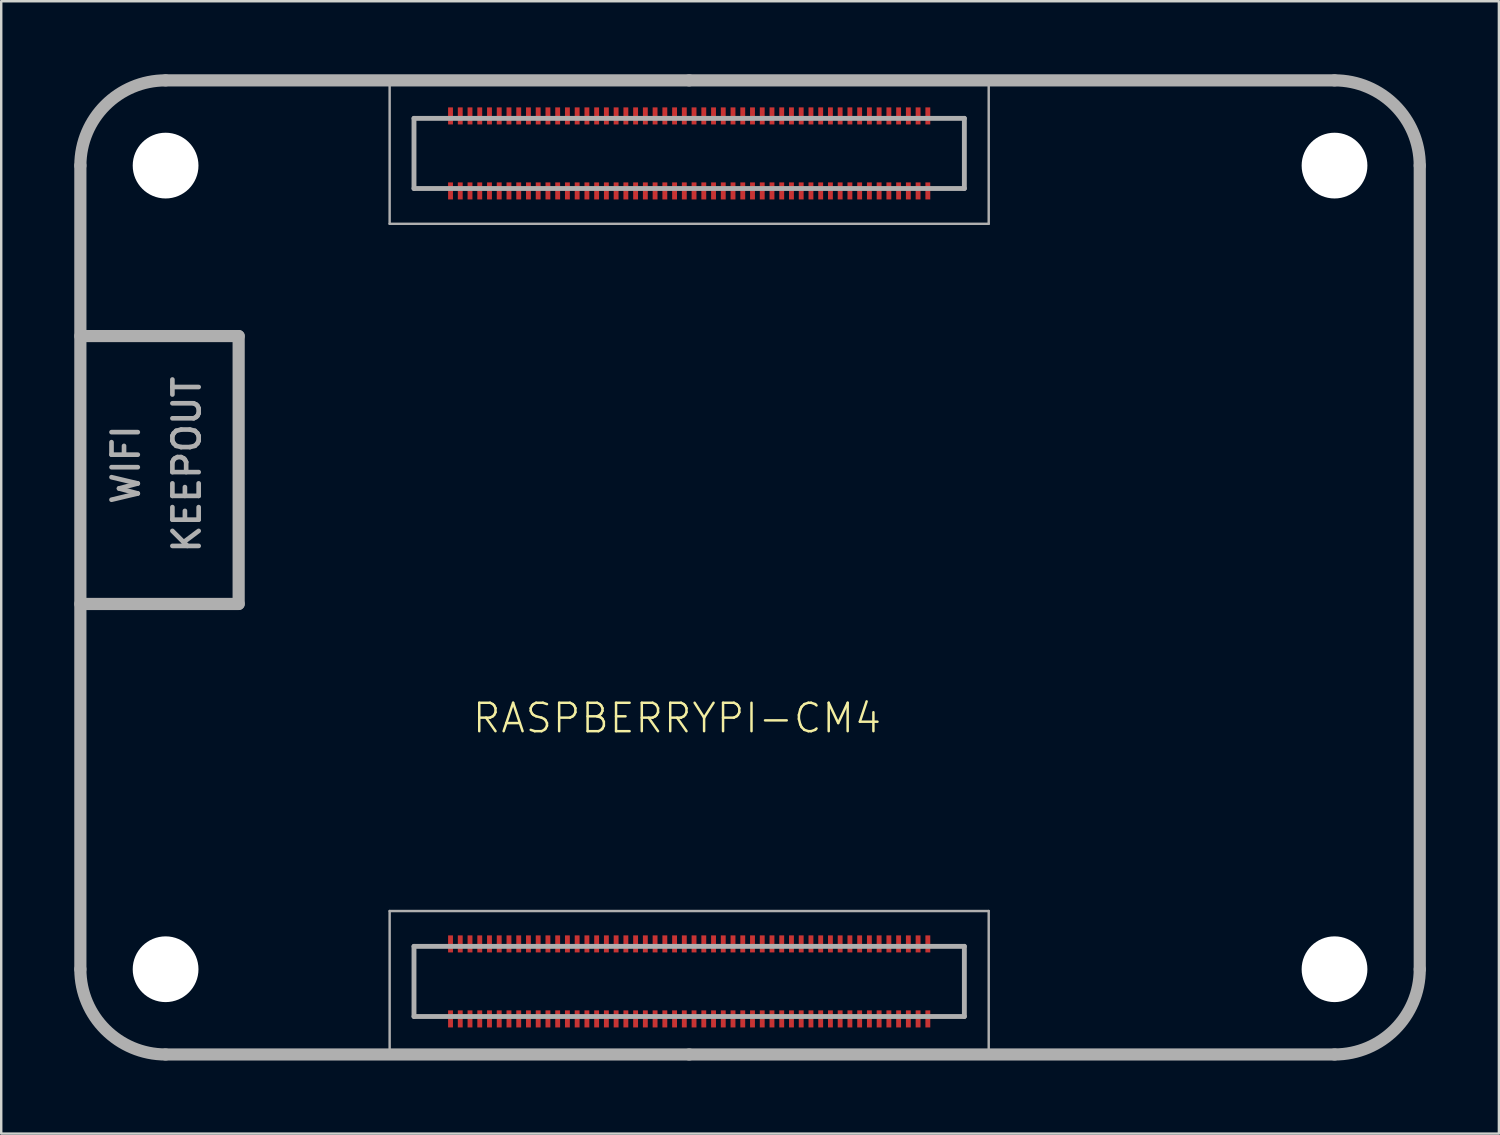
<source format=kicad_pcb>
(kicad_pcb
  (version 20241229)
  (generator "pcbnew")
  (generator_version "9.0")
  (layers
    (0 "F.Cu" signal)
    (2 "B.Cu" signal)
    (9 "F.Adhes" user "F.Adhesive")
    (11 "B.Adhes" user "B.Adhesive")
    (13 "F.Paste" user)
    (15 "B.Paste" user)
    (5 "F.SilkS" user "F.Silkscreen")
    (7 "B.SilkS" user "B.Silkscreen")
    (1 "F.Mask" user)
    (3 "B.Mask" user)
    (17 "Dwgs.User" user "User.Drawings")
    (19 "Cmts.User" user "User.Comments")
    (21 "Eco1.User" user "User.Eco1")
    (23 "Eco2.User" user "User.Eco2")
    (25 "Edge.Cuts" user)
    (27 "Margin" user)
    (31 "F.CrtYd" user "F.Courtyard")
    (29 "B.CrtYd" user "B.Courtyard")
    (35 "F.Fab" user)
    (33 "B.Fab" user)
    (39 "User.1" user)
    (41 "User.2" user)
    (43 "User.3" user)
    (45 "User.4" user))
  (footprint "RASPBERRYPI-CM4"
    (layer "F.Cu")
    (at 25.25 37.25)
    (property "Reference" "RASPBERRYPI-CM4" (at -0.5 -10.81 0) (layer "F.SilkS") (effects (font (size 1.168 1.168) (thickness 0.102))))
    (fp_line (start -25 -15.5) (end -18.5 -15.5) (stroke (width 0.5) (type solid)) (layer "F.Fab"))
    (fp_line (start -25 -0.5) (end -25 -33.5) (stroke (width 0.5) (type solid)) (layer "F.Fab"))
    (fp_line (start -21.5 -37) (end 0 -37) (stroke (width 0.5) (type solid)) (layer "F.Fab"))
    (fp_line (start -21.5 3) (end 0 3) (stroke (width 0.5) (type solid)) (layer "F.Fab"))
    (fp_line (start -18.5 -26.5) (end -25 -26.5) (stroke (width 0.5) (type solid)) (layer "F.Fab"))
    (fp_line (start -18.5 -15.5) (end -18.5 -26.5) (stroke (width 0.5) (type solid)) (layer "F.Fab"))
    (fp_line (start -12.3 -36.89) (end 12.3 -36.89) (stroke (width 0.1) (type solid)) (layer "F.Fab"))
    (fp_line (start -12.3 -31.11) (end -12.3 -36.89) (stroke (width 0.1) (type solid)) (layer "F.Fab"))
    (fp_line (start -12.3 -2.89) (end 12.3 -2.89) (stroke (width 0.1) (type solid)) (layer "F.Fab"))
    (fp_line (start -12.3 2.89) (end -12.3 -2.89) (stroke (width 0.1) (type solid)) (layer "F.Fab"))
    (fp_line (start -11.3 -35.44) (end -10.5 -35.44) (stroke (width 0.1) (type solid)) (layer "F.Fab"))
    (fp_line (start -11.3 -35.44) (end 11.3 -35.44) (stroke (width 0.2) (type solid)) (layer "F.Fab"))
    (fp_line (start -11.3 -32.56) (end -11.3 -35.44) (stroke (width 0.1) (type solid)) (layer "F.Fab"))
    (fp_line (start -11.3 -32.56) (end -11.3 -35.44) (stroke (width 0.2) (type solid)) (layer "F.Fab"))
    (fp_line (start -11.3 -1.44) (end -10.5 -1.44) (stroke (width 0.1) (type solid)) (layer "F.Fab"))
    (fp_line (start -11.3 -1.44) (end 11.3 -1.44) (stroke (width 0.2) (type solid)) (layer "F.Fab"))
    (fp_line (start -11.3 1.44) (end -11.3 -1.44) (stroke (width 0.1) (type solid)) (layer "F.Fab"))
    (fp_line (start -11.3 1.44) (end -11.3 -1.44) (stroke (width 0.2) (type solid)) (layer "F.Fab"))
    (fp_line (start -10.5 -32.56) (end -11.3 -32.56) (stroke (width 0.1) (type solid)) (layer "F.Fab"))
    (fp_line (start -10.5 1.44) (end -11.3 1.44) (stroke (width 0.1) (type solid)) (layer "F.Fab"))
    (fp_line (start 0 -37) (end 26.5 -37) (stroke (width 0.5) (type solid)) (layer "F.Fab"))
    (fp_line (start 0 3) (end 26.5 3) (stroke (width 0.5) (type solid)) (layer "F.Fab"))
    (fp_line (start 10.5 -32.56) (end 11.3 -32.56) (stroke (width 0.1) (type solid)) (layer "F.Fab"))
    (fp_line (start 10.5 1.44) (end 11.3 1.44) (stroke (width 0.1) (type solid)) (layer "F.Fab"))
    (fp_line (start 11.3 -35.44) (end 10.5 -35.44) (stroke (width 0.1) (type solid)) (layer "F.Fab"))
    (fp_line (start 11.3 -35.44) (end 11.3 -32.56) (stroke (width 0.2) (type solid)) (layer "F.Fab"))
    (fp_line (start 11.3 -32.56) (end -11.3 -32.56) (stroke (width 0.2) (type solid)) (layer "F.Fab"))
    (fp_line (start 11.3 -32.56) (end 11.3 -35.44) (stroke (width 0.1) (type solid)) (layer "F.Fab"))
    (fp_line (start 11.3 -1.44) (end 10.5 -1.44) (stroke (width 0.1) (type solid)) (layer "F.Fab"))
    (fp_line (start 11.3 -1.44) (end 11.3 1.44) (stroke (width 0.2) (type solid)) (layer "F.Fab"))
    (fp_line (start 11.3 1.44) (end -11.3 1.44) (stroke (width 0.2) (type solid)) (layer "F.Fab"))
    (fp_line (start 11.3 1.44) (end 11.3 -1.44) (stroke (width 0.1) (type solid)) (layer "F.Fab"))
    (fp_line (start 12.3 -36.89) (end 12.3 -31.11) (stroke (width 0.1) (type solid)) (layer "F.Fab"))
    (fp_line (start 12.3 -31.11) (end -12.3 -31.11) (stroke (width 0.1) (type solid)) (layer "F.Fab"))
    (fp_line (start 12.3 -2.89) (end 12.3 2.89) (stroke (width 0.1) (type solid)) (layer "F.Fab"))
    (fp_line (start 12.3 2.89) (end -12.3 2.89) (stroke (width 0.1) (type solid)) (layer "F.Fab"))
    (fp_line (start 30 -33.5) (end 30 -0.5) (stroke (width 0.5) (type solid)) (layer "F.Fab"))
    (fp_arc (start -25 -33.5) (mid -23.974874 -35.974874) (end -21.5 -37) (stroke (width 0.5) (type solid)) (layer "F.Fab"))
    (fp_arc (start -21.5 3) (mid -23.974874 1.974874) (end -25 -0.5) (stroke (width 0.5) (type solid)) (layer "F.Fab"))
    (fp_arc (start 26.5 -37) (mid 28.974874 -35.974874) (end 30 -33.5) (stroke (width 0.5) (type solid)) (layer "F.Fab"))
    (fp_arc (start 30 -0.5) (mid 28.974874 1.974874) (end 26.5 3) (stroke (width 0.5) (type solid)) (layer "F.Fab"))
    (fp_text user "KEEPOUT" (at -20 -17.5 90) (layer "F.Fab") (effects (font (size 1.079 1.079) (thickness 0.191)) (justify left bottom)))
    (fp_text user "WIFI" (at -22.5 -19.5 90) (layer "F.Fab") (effects (font (size 1.079 1.079) (thickness 0.191)) (justify left bottom)))
    (pad "" np_thru_hole circle (at -21.5 -33.5) (size 2.7 2.7) (drill 2.7) (layers "*.Cu" "*.Mask"))
    (pad "" np_thru_hole circle (at -21.5 -0.5) (size 2.7 2.7) (drill 2.7) (layers "*.Cu" "*.Mask"))
    (pad "" np_thru_hole circle (at 26.5 -33.5) (size 2.7 2.7) (drill 2.7) (layers "*.Cu" "*.Mask"))
    (pad "" np_thru_hole circle (at 26.5 -0.5) (size 2.7 2.7) (drill 2.7) (layers "*.Cu" "*.Mask"))
    (pad "1" smd rect (at 9.8 -35.54 270) (size 0.7 0.2) (layers "F.Cu" "F.Mask" "F.Paste"))
    (pad "2" smd rect (at 9.8 -32.46 270) (size 0.7 0.2) (layers "F.Cu" "F.Mask" "F.Paste"))
    (pad "3" smd rect (at 9.4 -35.54 270) (size 0.7 0.2) (layers "F.Cu" "F.Mask" "F.Paste"))
    (pad "4" smd rect (at 9.4 -32.46 270) (size 0.7 0.2) (layers "F.Cu" "F.Mask" "F.Paste"))
    (pad "5" smd rect (at 9 -35.54 270) (size 0.7 0.2) (layers "F.Cu" "F.Mask" "F.Paste"))
    (pad "6" smd rect (at 9 -32.46 270) (size 0.7 0.2) (layers "F.Cu" "F.Mask" "F.Paste"))
    (pad "7" smd rect (at 8.6 -35.54 270) (size 0.7 0.2) (layers "F.Cu" "F.Mask" "F.Paste"))
    (pad "8" smd rect (at 8.6 -32.46 270) (size 0.7 0.2) (layers "F.Cu" "F.Mask" "F.Paste"))
    (pad "9" smd rect (at 8.2 -35.54 270) (size 0.7 0.2) (layers "F.Cu" "F.Mask" "F.Paste"))
    (pad "10" smd rect (at 8.2 -32.46 270) (size 0.7 0.2) (layers "F.Cu" "F.Mask" "F.Paste"))
    (pad "11" smd rect (at 7.8 -35.54 270) (size 0.7 0.2) (layers "F.Cu" "F.Mask" "F.Paste"))
    (pad "12" smd rect (at 7.8 -32.46 270) (size 0.7 0.2) (layers "F.Cu" "F.Mask" "F.Paste"))
    (pad "13" smd rect (at 7.4 -35.54 270) (size 0.7 0.2) (layers "F.Cu" "F.Mask" "F.Paste"))
    (pad "14" smd rect (at 7.4 -32.46 270) (size 0.7 0.2) (layers "F.Cu" "F.Mask" "F.Paste"))
    (pad "15" smd rect (at 7 -35.54 270) (size 0.7 0.2) (layers "F.Cu" "F.Mask" "F.Paste"))
    (pad "16" smd rect (at 7 -32.46 270) (size 0.7 0.2) (layers "F.Cu" "F.Mask" "F.Paste"))
    (pad "17" smd rect (at 6.6 -35.54 270) (size 0.7 0.2) (layers "F.Cu" "F.Mask" "F.Paste"))
    (pad "18" smd rect (at 6.6 -32.46 270) (size 0.7 0.2) (layers "F.Cu" "F.Mask" "F.Paste"))
    (pad "19" smd rect (at 6.2 -35.54 270) (size 0.7 0.2) (layers "F.Cu" "F.Mask" "F.Paste"))
    (pad "20" smd rect (at 6.2 -32.46 270) (size 0.7 0.2) (layers "F.Cu" "F.Mask" "F.Paste"))
    (pad "21" smd rect (at 5.8 -35.54 270) (size 0.7 0.2) (layers "F.Cu" "F.Mask" "F.Paste"))
    (pad "22" smd rect (at 5.8 -32.46 270) (size 0.7 0.2) (layers "F.Cu" "F.Mask" "F.Paste"))
    (pad "23" smd rect (at 5.4 -35.54 270) (size 0.7 0.2) (layers "F.Cu" "F.Mask" "F.Paste"))
    (pad "24" smd rect (at 5.4 -32.46 270) (size 0.7 0.2) (layers "F.Cu" "F.Mask" "F.Paste"))
    (pad "25" smd rect (at 5 -35.54 270) (size 0.7 0.2) (layers "F.Cu" "F.Mask" "F.Paste"))
    (pad "26" smd rect (at 5 -32.46 270) (size 0.7 0.2) (layers "F.Cu" "F.Mask" "F.Paste"))
    (pad "27" smd rect (at 4.6 -35.54 270) (size 0.7 0.2) (layers "F.Cu" "F.Mask" "F.Paste"))
    (pad "28" smd rect (at 4.6 -32.46 270) (size 0.7 0.2) (layers "F.Cu" "F.Mask" "F.Paste"))
    (pad "29" smd rect (at 4.2 -35.54 270) (size 0.7 0.2) (layers "F.Cu" "F.Mask" "F.Paste"))
    (pad "30" smd rect (at 4.2 -32.46 270) (size 0.7 0.2) (layers "F.Cu" "F.Mask" "F.Paste"))
    (pad "31" smd rect (at 3.8 -35.54 270) (size 0.7 0.2) (layers "F.Cu" "F.Mask" "F.Paste"))
    (pad "32" smd rect (at 3.8 -32.46 270) (size 0.7 0.2) (layers "F.Cu" "F.Mask" "F.Paste"))
    (pad "33" smd rect (at 3.4 -35.54 270) (size 0.7 0.2) (layers "F.Cu" "F.Mask" "F.Paste"))
    (pad "34" smd rect (at 3.4 -32.46 270) (size 0.7 0.2) (layers "F.Cu" "F.Mask" "F.Paste"))
    (pad "35" smd rect (at 3 -35.54 270) (size 0.7 0.2) (layers "F.Cu" "F.Mask" "F.Paste"))
    (pad "36" smd rect (at 3 -32.46 270) (size 0.7 0.2) (layers "F.Cu" "F.Mask" "F.Paste"))
    (pad "37" smd rect (at 2.6 -35.54 270) (size 0.7 0.2) (layers "F.Cu" "F.Mask" "F.Paste"))
    (pad "38" smd rect (at 2.6 -32.46 270) (size 0.7 0.2) (layers "F.Cu" "F.Mask" "F.Paste"))
    (pad "39" smd rect (at 2.2 -35.54 270) (size 0.7 0.2) (layers "F.Cu" "F.Mask" "F.Paste"))
    (pad "40" smd rect (at 2.2 -32.46 270) (size 0.7 0.2) (layers "F.Cu" "F.Mask" "F.Paste"))
    (pad "41" smd rect (at 1.8 -35.54 270) (size 0.7 0.2) (layers "F.Cu" "F.Mask" "F.Paste"))
    (pad "42" smd rect (at 1.8 -32.46 270) (size 0.7 0.2) (layers "F.Cu" "F.Mask" "F.Paste"))
    (pad "43" smd rect (at 1.4 -35.54 270) (size 0.7 0.2) (layers "F.Cu" "F.Mask" "F.Paste"))
    (pad "44" smd rect (at 1.4 -32.46 270) (size 0.7 0.2) (layers "F.Cu" "F.Mask" "F.Paste"))
    (pad "45" smd rect (at 1 -35.54 270) (size 0.7 0.2) (layers "F.Cu" "F.Mask" "F.Paste"))
    (pad "46" smd rect (at 1 -32.46 270) (size 0.7 0.2) (layers "F.Cu" "F.Mask" "F.Paste"))
    (pad "47" smd rect (at 0.6 -35.54 270) (size 0.7 0.2) (layers "F.Cu" "F.Mask" "F.Paste"))
    (pad "48" smd rect (at 0.6 -32.46 270) (size 0.7 0.2) (layers "F.Cu" "F.Mask" "F.Paste"))
    (pad "49" smd rect (at 0.2 -35.54 270) (size 0.7 0.2) (layers "F.Cu" "F.Mask" "F.Paste"))
    (pad "50" smd rect (at 0.2 -32.46 270) (size 0.7 0.2) (layers "F.Cu" "F.Mask" "F.Paste"))
    (pad "51" smd rect (at -0.2 -35.54 270) (size 0.7 0.2) (layers "F.Cu" "F.Mask" "F.Paste"))
    (pad "52" smd rect (at -0.2 -32.46 270) (size 0.7 0.2) (layers "F.Cu" "F.Mask" "F.Paste"))
    (pad "53" smd rect (at -0.6 -35.54 270) (size 0.7 0.2) (layers "F.Cu" "F.Mask" "F.Paste"))
    (pad "54" smd rect (at -0.6 -32.46 270) (size 0.7 0.2) (layers "F.Cu" "F.Mask" "F.Paste"))
    (pad "55" smd rect (at -1 -35.54 270) (size 0.7 0.2) (layers "F.Cu" "F.Mask" "F.Paste"))
    (pad "56" smd rect (at -1 -32.46 270) (size 0.7 0.2) (layers "F.Cu" "F.Mask" "F.Paste"))
    (pad "57" smd rect (at -1.4 -35.54 270) (size 0.7 0.2) (layers "F.Cu" "F.Mask" "F.Paste"))
    (pad "58" smd rect (at -1.4 -32.46 270) (size 0.7 0.2) (layers "F.Cu" "F.Mask" "F.Paste"))
    (pad "59" smd rect (at -1.8 -35.54 270) (size 0.7 0.2) (layers "F.Cu" "F.Mask" "F.Paste"))
    (pad "60" smd rect (at -1.8 -32.46 270) (size 0.7 0.2) (layers "F.Cu" "F.Mask" "F.Paste"))
    (pad "61" smd rect (at -2.2 -35.54 270) (size 0.7 0.2) (layers "F.Cu" "F.Mask" "F.Paste"))
    (pad "62" smd rect (at -2.2 -32.46 270) (size 0.7 0.2) (layers "F.Cu" "F.Mask" "F.Paste"))
    (pad "63" smd rect (at -2.6 -35.54 270) (size 0.7 0.2) (layers "F.Cu" "F.Mask" "F.Paste"))
    (pad "64" smd rect (at -2.6 -32.46 270) (size 0.7 0.2) (layers "F.Cu" "F.Mask" "F.Paste"))
    (pad "65" smd rect (at -3 -35.54 270) (size 0.7 0.2) (layers "F.Cu" "F.Mask" "F.Paste"))
    (pad "66" smd rect (at -3 -32.46 270) (size 0.7 0.2) (layers "F.Cu" "F.Mask" "F.Paste"))
    (pad "67" smd rect (at -3.4 -35.54 270) (size 0.7 0.2) (layers "F.Cu" "F.Mask" "F.Paste"))
    (pad "68" smd rect (at -3.4 -32.46 270) (size 0.7 0.2) (layers "F.Cu" "F.Mask" "F.Paste"))
    (pad "69" smd rect (at -3.8 -35.54 270) (size 0.7 0.2) (layers "F.Cu" "F.Mask" "F.Paste"))
    (pad "70" smd rect (at -3.8 -32.46 270) (size 0.7 0.2) (layers "F.Cu" "F.Mask" "F.Paste"))
    (pad "71" smd rect (at -4.2 -35.54 270) (size 0.7 0.2) (layers "F.Cu" "F.Mask" "F.Paste"))
    (pad "72" smd rect (at -4.2 -32.46 270) (size 0.7 0.2) (layers "F.Cu" "F.Mask" "F.Paste"))
    (pad "73" smd rect (at -4.6 -35.54 270) (size 0.7 0.2) (layers "F.Cu" "F.Mask" "F.Paste"))
    (pad "74" smd rect (at -4.6 -32.46 270) (size 0.7 0.2) (layers "F.Cu" "F.Mask" "F.Paste"))
    (pad "75" smd rect (at -5 -35.54 270) (size 0.7 0.2) (layers "F.Cu" "F.Mask" "F.Paste"))
    (pad "76" smd rect (at -5 -32.46 270) (size 0.7 0.2) (layers "F.Cu" "F.Mask" "F.Paste"))
    (pad "77" smd rect (at -5.4 -35.54 270) (size 0.7 0.2) (layers "F.Cu" "F.Mask" "F.Paste"))
    (pad "78" smd rect (at -5.4 -32.46 270) (size 0.7 0.2) (layers "F.Cu" "F.Mask" "F.Paste"))
    (pad "79" smd rect (at -5.8 -35.54 270) (size 0.7 0.2) (layers "F.Cu" "F.Mask" "F.Paste"))
    (pad "80" smd rect (at -5.8 -32.46 270) (size 0.7 0.2) (layers "F.Cu" "F.Mask" "F.Paste"))
    (pad "81" smd rect (at -6.2 -35.54 270) (size 0.7 0.2) (layers "F.Cu" "F.Mask" "F.Paste"))
    (pad "82" smd rect (at -6.2 -32.46 270) (size 0.7 0.2) (layers "F.Cu" "F.Mask" "F.Paste"))
    (pad "83" smd rect (at -6.6 -35.54 270) (size 0.7 0.2) (layers "F.Cu" "F.Mask" "F.Paste"))
    (pad "84" smd rect (at -6.6 -32.46 270) (size 0.7 0.2) (layers "F.Cu" "F.Mask" "F.Paste"))
    (pad "85" smd rect (at -7 -35.54 270) (size 0.7 0.2) (layers "F.Cu" "F.Mask" "F.Paste"))
    (pad "86" smd rect (at -7 -32.46 270) (size 0.7 0.2) (layers "F.Cu" "F.Mask" "F.Paste"))
    (pad "87" smd rect (at -7.4 -35.54 270) (size 0.7 0.2) (layers "F.Cu" "F.Mask" "F.Paste"))
    (pad "88" smd rect (at -7.4 -32.46 270) (size 0.7 0.2) (layers "F.Cu" "F.Mask" "F.Paste"))
    (pad "89" smd rect (at -7.8 -35.54 270) (size 0.7 0.2) (layers "F.Cu" "F.Mask" "F.Paste"))
    (pad "90" smd rect (at -7.8 -32.46 270) (size 0.7 0.2) (layers "F.Cu" "F.Mask" "F.Paste"))
    (pad "91" smd rect (at -8.2 -35.54 270) (size 0.7 0.2) (layers "F.Cu" "F.Mask" "F.Paste"))
    (pad "92" smd rect (at -8.2 -32.46 270) (size 0.7 0.2) (layers "F.Cu" "F.Mask" "F.Paste"))
    (pad "93" smd rect (at -8.6 -35.54 270) (size 0.7 0.2) (layers "F.Cu" "F.Mask" "F.Paste"))
    (pad "94" smd rect (at -8.6 -32.46 270) (size 0.7 0.2) (layers "F.Cu" "F.Mask" "F.Paste"))
    (pad "95" smd rect (at -9 -35.54 270) (size 0.7 0.2) (layers "F.Cu" "F.Mask" "F.Paste"))
    (pad "96" smd rect (at -9 -32.46 270) (size 0.7 0.2) (layers "F.Cu" "F.Mask" "F.Paste"))
    (pad "97" smd rect (at -9.4 -35.54 270) (size 0.7 0.2) (layers "F.Cu" "F.Mask" "F.Paste"))
    (pad "98" smd rect (at -9.4 -32.46 270) (size 0.7 0.2) (layers "F.Cu" "F.Mask" "F.Paste"))
    (pad "99" smd rect (at -9.8 -35.54 270) (size 0.7 0.2) (layers "F.Cu" "F.Mask" "F.Paste"))
    (pad "100" smd rect (at -9.8 -32.46 270) (size 0.7 0.2) (layers "F.Cu" "F.Mask" "F.Paste"))
    (pad "101" smd rect (at 9.8 -1.54 270) (size 0.7 0.2) (layers "F.Cu" "F.Mask" "F.Paste"))
    (pad "102" smd rect (at 9.8 1.54 270) (size 0.7 0.2) (layers "F.Cu" "F.Mask" "F.Paste"))
    (pad "103" smd rect (at 9.4 -1.54 270) (size 0.7 0.2) (layers "F.Cu" "F.Mask" "F.Paste"))
    (pad "104" smd rect (at 9.4 1.54 270) (size 0.7 0.2) (layers "F.Cu" "F.Mask" "F.Paste"))
    (pad "105" smd rect (at 9 -1.54 270) (size 0.7 0.2) (layers "F.Cu" "F.Mask" "F.Paste"))
    (pad "106" smd rect (at 9 1.54 270) (size 0.7 0.2) (layers "F.Cu" "F.Mask" "F.Paste"))
    (pad "107" smd rect (at 8.6 -1.54 270) (size 0.7 0.2) (layers "F.Cu" "F.Mask" "F.Paste"))
    (pad "108" smd rect (at 8.6 1.54 270) (size 0.7 0.2) (layers "F.Cu" "F.Mask" "F.Paste"))
    (pad "109" smd rect (at 8.2 -1.54 270) (size 0.7 0.2) (layers "F.Cu" "F.Mask" "F.Paste"))
    (pad "110" smd rect (at 8.2 1.54 270) (size 0.7 0.2) (layers "F.Cu" "F.Mask" "F.Paste"))
    (pad "111" smd rect (at 7.8 -1.54 270) (size 0.7 0.2) (layers "F.Cu" "F.Mask" "F.Paste"))
    (pad "112" smd rect (at 7.8 1.54 270) (size 0.7 0.2) (layers "F.Cu" "F.Mask" "F.Paste"))
    (pad "113" smd rect (at 7.4 -1.54 270) (size 0.7 0.2) (layers "F.Cu" "F.Mask" "F.Paste"))
    (pad "114" smd rect (at 7.4 1.54 270) (size 0.7 0.2) (layers "F.Cu" "F.Mask" "F.Paste"))
    (pad "115" smd rect (at 7 -1.54 270) (size 0.7 0.2) (layers "F.Cu" "F.Mask" "F.Paste"))
    (pad "116" smd rect (at 7 1.54 270) (size 0.7 0.2) (layers "F.Cu" "F.Mask" "F.Paste"))
    (pad "117" smd rect (at 6.6 -1.54 270) (size 0.7 0.2) (layers "F.Cu" "F.Mask" "F.Paste"))
    (pad "118" smd rect (at 6.6 1.54 270) (size 0.7 0.2) (layers "F.Cu" "F.Mask" "F.Paste"))
    (pad "119" smd rect (at 6.2 -1.54 270) (size 0.7 0.2) (layers "F.Cu" "F.Mask" "F.Paste"))
    (pad "120" smd rect (at 6.2 1.54 270) (size 0.7 0.2) (layers "F.Cu" "F.Mask" "F.Paste"))
    (pad "121" smd rect (at 5.8 -1.54 270) (size 0.7 0.2) (layers "F.Cu" "F.Mask" "F.Paste"))
    (pad "122" smd rect (at 5.8 1.54 270) (size 0.7 0.2) (layers "F.Cu" "F.Mask" "F.Paste"))
    (pad "123" smd rect (at 5.4 -1.54 270) (size 0.7 0.2) (layers "F.Cu" "F.Mask" "F.Paste"))
    (pad "124" smd rect (at 5.4 1.54 270) (size 0.7 0.2) (layers "F.Cu" "F.Mask" "F.Paste"))
    (pad "125" smd rect (at 5 -1.54 270) (size 0.7 0.2) (layers "F.Cu" "F.Mask" "F.Paste"))
    (pad "126" smd rect (at 5 1.54 270) (size 0.7 0.2) (layers "F.Cu" "F.Mask" "F.Paste"))
    (pad "127" smd rect (at 4.6 -1.54 270) (size 0.7 0.2) (layers "F.Cu" "F.Mask" "F.Paste"))
    (pad "128" smd rect (at 4.6 1.54 270) (size 0.7 0.2) (layers "F.Cu" "F.Mask" "F.Paste"))
    (pad "129" smd rect (at 4.2 -1.54 270) (size 0.7 0.2) (layers "F.Cu" "F.Mask" "F.Paste"))
    (pad "130" smd rect (at 4.2 1.54 270) (size 0.7 0.2) (layers "F.Cu" "F.Mask" "F.Paste"))
    (pad "131" smd rect (at 3.8 -1.54 270) (size 0.7 0.2) (layers "F.Cu" "F.Mask" "F.Paste"))
    (pad "132" smd rect (at 3.8 1.54 270) (size 0.7 0.2) (layers "F.Cu" "F.Mask" "F.Paste"))
    (pad "133" smd rect (at 3.4 -1.54 270) (size 0.7 0.2) (layers "F.Cu" "F.Mask" "F.Paste"))
    (pad "134" smd rect (at 3.4 1.54 270) (size 0.7 0.2) (layers "F.Cu" "F.Mask" "F.Paste"))
    (pad "135" smd rect (at 3 -1.54 270) (size 0.7 0.2) (layers "F.Cu" "F.Mask" "F.Paste"))
    (pad "136" smd rect (at 3 1.54 270) (size 0.7 0.2) (layers "F.Cu" "F.Mask" "F.Paste"))
    (pad "137" smd rect (at 2.6 -1.54 270) (size 0.7 0.2) (layers "F.Cu" "F.Mask" "F.Paste"))
    (pad "138" smd rect (at 2.6 1.54 270) (size 0.7 0.2) (layers "F.Cu" "F.Mask" "F.Paste"))
    (pad "139" smd rect (at 2.2 -1.54 270) (size 0.7 0.2) (layers "F.Cu" "F.Mask" "F.Paste"))
    (pad "140" smd rect (at 2.2 1.54 270) (size 0.7 0.2) (layers "F.Cu" "F.Mask" "F.Paste"))
    (pad "141" smd rect (at 1.8 -1.54 270) (size 0.7 0.2) (layers "F.Cu" "F.Mask" "F.Paste"))
    (pad "142" smd rect (at 1.8 1.54 270) (size 0.7 0.2) (layers "F.Cu" "F.Mask" "F.Paste"))
    (pad "143" smd rect (at 1.4 -1.54 270) (size 0.7 0.2) (layers "F.Cu" "F.Mask" "F.Paste"))
    (pad "144" smd rect (at 1.4 1.54 270) (size 0.7 0.2) (layers "F.Cu" "F.Mask" "F.Paste"))
    (pad "145" smd rect (at 1 -1.54 270) (size 0.7 0.2) (layers "F.Cu" "F.Mask" "F.Paste"))
    (pad "146" smd rect (at 1 1.54 270) (size 0.7 0.2) (layers "F.Cu" "F.Mask" "F.Paste"))
    (pad "147" smd rect (at 0.6 -1.54 270) (size 0.7 0.2) (layers "F.Cu" "F.Mask" "F.Paste"))
    (pad "148" smd rect (at 0.6 1.54 270) (size 0.7 0.2) (layers "F.Cu" "F.Mask" "F.Paste"))
    (pad "149" smd rect (at 0.2 -1.54 270) (size 0.7 0.2) (layers "F.Cu" "F.Mask" "F.Paste"))
    (pad "150" smd rect (at 0.2 1.54 270) (size 0.7 0.2) (layers "F.Cu" "F.Mask" "F.Paste"))
    (pad "151" smd rect (at -0.2 -1.54 270) (size 0.7 0.2) (layers "F.Cu" "F.Mask" "F.Paste"))
    (pad "152" smd rect (at -0.2 1.54 270) (size 0.7 0.2) (layers "F.Cu" "F.Mask" "F.Paste"))
    (pad "153" smd rect (at -0.6 -1.54 270) (size 0.7 0.2) (layers "F.Cu" "F.Mask" "F.Paste"))
    (pad "154" smd rect (at -0.6 1.54 270) (size 0.7 0.2) (layers "F.Cu" "F.Mask" "F.Paste"))
    (pad "155" smd rect (at -1 -1.54 270) (size 0.7 0.2) (layers "F.Cu" "F.Mask" "F.Paste"))
    (pad "156" smd rect (at -1 1.54 270) (size 0.7 0.2) (layers "F.Cu" "F.Mask" "F.Paste"))
    (pad "157" smd rect (at -1.4 -1.54 270) (size 0.7 0.2) (layers "F.Cu" "F.Mask" "F.Paste"))
    (pad "158" smd rect (at -1.4 1.54 270) (size 0.7 0.2) (layers "F.Cu" "F.Mask" "F.Paste"))
    (pad "159" smd rect (at -1.8 -1.54 270) (size 0.7 0.2) (layers "F.Cu" "F.Mask" "F.Paste"))
    (pad "160" smd rect (at -1.8 1.54 270) (size 0.7 0.2) (layers "F.Cu" "F.Mask" "F.Paste"))
    (pad "161" smd rect (at -2.2 -1.54 270) (size 0.7 0.2) (layers "F.Cu" "F.Mask" "F.Paste"))
    (pad "162" smd rect (at -2.2 1.54 270) (size 0.7 0.2) (layers "F.Cu" "F.Mask" "F.Paste"))
    (pad "163" smd rect (at -2.6 -1.54 270) (size 0.7 0.2) (layers "F.Cu" "F.Mask" "F.Paste"))
    (pad "164" smd rect (at -2.6 1.54 270) (size 0.7 0.2) (layers "F.Cu" "F.Mask" "F.Paste"))
    (pad "165" smd rect (at -3 -1.54 270) (size 0.7 0.2) (layers "F.Cu" "F.Mask" "F.Paste"))
    (pad "166" smd rect (at -3 1.54 270) (size 0.7 0.2) (layers "F.Cu" "F.Mask" "F.Paste"))
    (pad "167" smd rect (at -3.4 -1.54 270) (size 0.7 0.2) (layers "F.Cu" "F.Mask" "F.Paste"))
    (pad "168" smd rect (at -3.4 1.54 270) (size 0.7 0.2) (layers "F.Cu" "F.Mask" "F.Paste"))
    (pad "169" smd rect (at -3.8 -1.54 270) (size 0.7 0.2) (layers "F.Cu" "F.Mask" "F.Paste"))
    (pad "170" smd rect (at -3.8 1.54 270) (size 0.7 0.2) (layers "F.Cu" "F.Mask" "F.Paste"))
    (pad "171" smd rect (at -4.2 -1.54 270) (size 0.7 0.2) (layers "F.Cu" "F.Mask" "F.Paste"))
    (pad "172" smd rect (at -4.2 1.54 270) (size 0.7 0.2) (layers "F.Cu" "F.Mask" "F.Paste"))
    (pad "173" smd rect (at -4.6 -1.54 270) (size 0.7 0.2) (layers "F.Cu" "F.Mask" "F.Paste"))
    (pad "174" smd rect (at -4.6 1.54 270) (size 0.7 0.2) (layers "F.Cu" "F.Mask" "F.Paste"))
    (pad "175" smd rect (at -5 -1.54 270) (size 0.7 0.2) (layers "F.Cu" "F.Mask" "F.Paste"))
    (pad "176" smd rect (at -5 1.54 270) (size 0.7 0.2) (layers "F.Cu" "F.Mask" "F.Paste"))
    (pad "177" smd rect (at -5.4 -1.54 270) (size 0.7 0.2) (layers "F.Cu" "F.Mask" "F.Paste"))
    (pad "178" smd rect (at -5.4 1.54 270) (size 0.7 0.2) (layers "F.Cu" "F.Mask" "F.Paste"))
    (pad "179" smd rect (at -5.8 -1.54 270) (size 0.7 0.2) (layers "F.Cu" "F.Mask" "F.Paste"))
    (pad "180" smd rect (at -5.8 1.54 270) (size 0.7 0.2) (layers "F.Cu" "F.Mask" "F.Paste"))
    (pad "181" smd rect (at -6.2 -1.54 270) (size 0.7 0.2) (layers "F.Cu" "F.Mask" "F.Paste"))
    (pad "182" smd rect (at -6.2 1.54 270) (size 0.7 0.2) (layers "F.Cu" "F.Mask" "F.Paste"))
    (pad "183" smd rect (at -6.6 -1.54 270) (size 0.7 0.2) (layers "F.Cu" "F.Mask" "F.Paste"))
    (pad "184" smd rect (at -6.6 1.54 270) (size 0.7 0.2) (layers "F.Cu" "F.Mask" "F.Paste"))
    (pad "185" smd rect (at -7 -1.54 270) (size 0.7 0.2) (layers "F.Cu" "F.Mask" "F.Paste"))
    (pad "186" smd rect (at -7 1.54 270) (size 0.7 0.2) (layers "F.Cu" "F.Mask" "F.Paste"))
    (pad "187" smd rect (at -7.4 -1.54 270) (size 0.7 0.2) (layers "F.Cu" "F.Mask" "F.Paste"))
    (pad "188" smd rect (at -7.4 1.54 270) (size 0.7 0.2) (layers "F.Cu" "F.Mask" "F.Paste"))
    (pad "189" smd rect (at -7.8 -1.54 270) (size 0.7 0.2) (layers "F.Cu" "F.Mask" "F.Paste"))
    (pad "190" smd rect (at -7.8 1.54 270) (size 0.7 0.2) (layers "F.Cu" "F.Mask" "F.Paste"))
    (pad "191" smd rect (at -8.2 -1.54 270) (size 0.7 0.2) (layers "F.Cu" "F.Mask" "F.Paste"))
    (pad "192" smd rect (at -8.2 1.54 270) (size 0.7 0.2) (layers "F.Cu" "F.Mask" "F.Paste"))
    (pad "193" smd rect (at -8.6 -1.54 270) (size 0.7 0.2) (layers "F.Cu" "F.Mask" "F.Paste"))
    (pad "194" smd rect (at -8.6 1.54 270) (size 0.7 0.2) (layers "F.Cu" "F.Mask" "F.Paste"))
    (pad "195" smd rect (at -9 -1.54 270) (size 0.7 0.2) (layers "F.Cu" "F.Mask" "F.Paste"))
    (pad "196" smd rect (at -9 1.54 270) (size 0.7 0.2) (layers "F.Cu" "F.Mask" "F.Paste"))
    (pad "197" smd rect (at -9.4 -1.54 270) (size 0.7 0.2) (layers "F.Cu" "F.Mask" "F.Paste"))
    (pad "198" smd rect (at -9.4 1.54 270) (size 0.7 0.2) (layers "F.Cu" "F.Mask" "F.Paste"))
    (pad "199" smd rect (at -9.8 -1.54 270) (size 0.7 0.2) (layers "F.Cu" "F.Mask" "F.Paste"))
    (pad "200" smd rect (at -9.8 1.54 270) (size 0.7 0.2) (layers "F.Cu" "F.Mask" "F.Paste")))
  (gr_rect
    (start -3 -3)
    (end 58.5 43.5)
    (stroke (width 0.1) (type default))
    (fill no)
    (layer "Edge.Cuts")))
</source>
